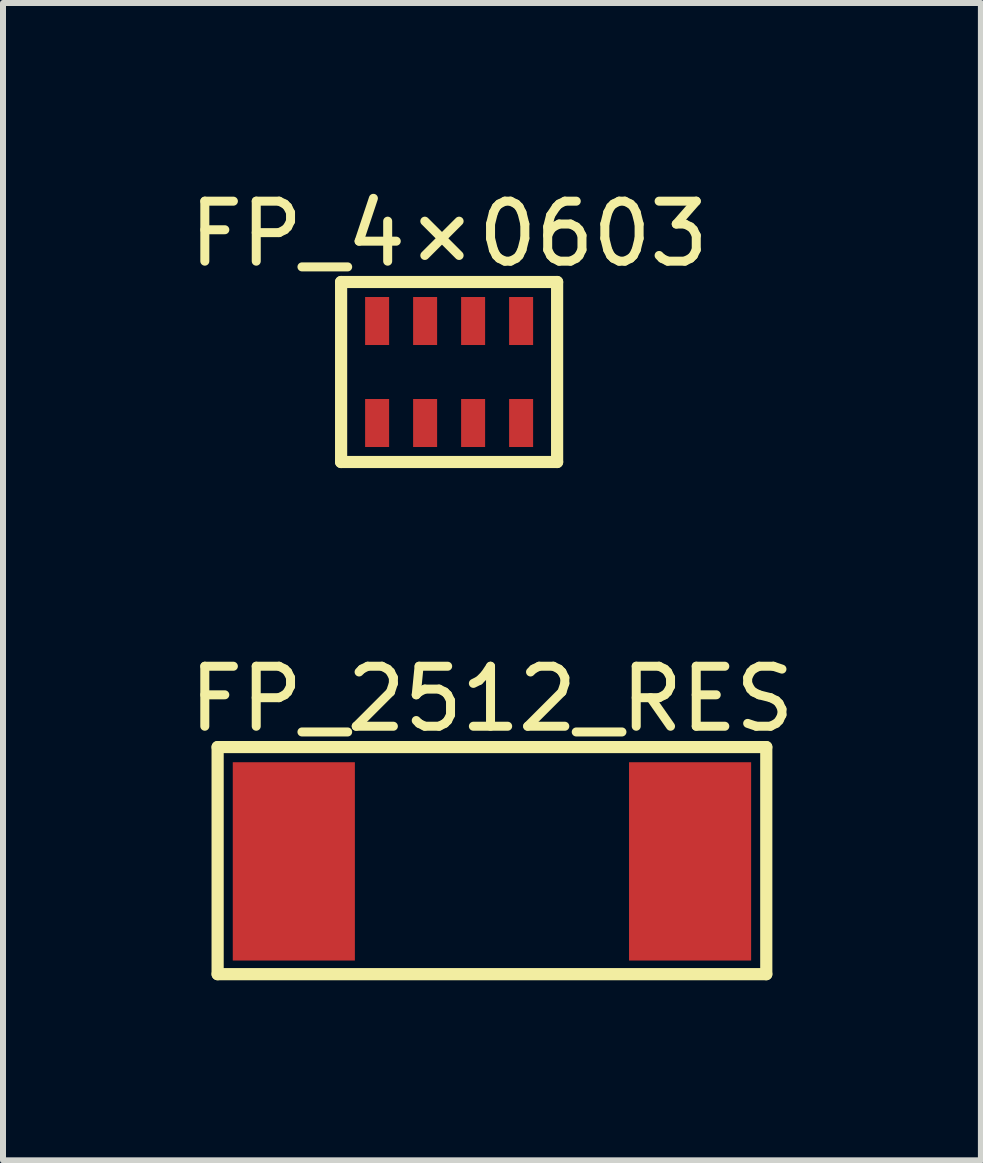
<source format=kicad_pcb>
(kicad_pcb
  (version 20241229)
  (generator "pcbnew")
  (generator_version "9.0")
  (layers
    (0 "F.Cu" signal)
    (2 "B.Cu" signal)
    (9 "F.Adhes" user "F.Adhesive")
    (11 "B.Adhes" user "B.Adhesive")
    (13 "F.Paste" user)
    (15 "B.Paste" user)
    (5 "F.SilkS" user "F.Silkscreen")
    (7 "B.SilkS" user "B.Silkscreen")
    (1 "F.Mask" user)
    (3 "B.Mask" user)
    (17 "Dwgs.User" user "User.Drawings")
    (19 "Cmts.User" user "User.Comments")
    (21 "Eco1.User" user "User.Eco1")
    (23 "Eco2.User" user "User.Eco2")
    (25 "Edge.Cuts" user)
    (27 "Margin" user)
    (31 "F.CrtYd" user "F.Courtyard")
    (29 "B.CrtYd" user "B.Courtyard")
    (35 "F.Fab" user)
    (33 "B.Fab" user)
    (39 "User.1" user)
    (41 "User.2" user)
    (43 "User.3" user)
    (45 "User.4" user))
  (footprint "FP_4×0603"
    (layer "F.Cu")
    (at 4.435 3.15)
    (property "Reference" "FP_4×0603" (at 0 -2.302 0) (layer "F.SilkS") (effects (font (size 1 1) (thickness 0.15))))
    (fp_line (start -1.8 -1.5) (end 1.8 -1.5) (stroke (width 0.203) (type solid)) (layer "F.SilkS"))
    (fp_line (start -1.8 1.5) (end -1.8 -1.5) (stroke (width 0.203) (type solid)) (layer "F.SilkS"))
    (fp_line (start -1.8 1.5) (end 1.8 1.5) (stroke (width 0.203) (type solid)) (layer "F.SilkS"))
    (fp_line (start 1.8 1.5) (end 1.8 -1.5) (stroke (width 0.203) (type solid)) (layer "F.SilkS"))
    (pad "1" smd rect (at -1.2 0.85) (size 0.4 0.8) (layers "F.Cu" "F.Mask" "F.Paste"))
    (pad "2" smd rect (at -0.4 0.85) (size 0.4 0.8) (layers "F.Cu" "F.Mask" "F.Paste"))
    (pad "3" smd rect (at 0.4 0.85) (size 0.4 0.8) (layers "F.Cu" "F.Mask" "F.Paste"))
    (pad "4" smd rect (at 1.2 0.85) (size 0.4 0.8) (layers "F.Cu" "F.Mask" "F.Paste"))
    (pad "5" smd rect (at 1.2 -0.85) (size 0.4 0.8) (layers "F.Cu" "F.Mask" "F.Paste"))
    (pad "6" smd rect (at 0.4 -0.85) (size 0.4 0.8) (layers "F.Cu" "F.Mask" "F.Paste"))
    (pad "7" smd rect (at -0.4 -0.85) (size 0.4 0.8) (layers "F.Cu" "F.Mask" "F.Paste"))
    (pad "8" smd rect (at -1.2 -0.85) (size 0.4 0.8) (layers "F.Cu" "F.Mask" "F.Paste")))
  (footprint "FP_2512_RES"
    (layer "F.Cu")
    (at 5.149 11.306)
    (property "Reference" "FP_2512_RES" (at 0 -2.707 0) (layer "F.SilkS") (effects (font (size 1 1) (thickness 0.15))))
    (fp_line (start -4.572 -1.905) (end 4.572 -1.905) (stroke (width 0.203) (type solid)) (layer "F.SilkS"))
    (fp_line (start -4.572 1.88) (end -4.572 -1.905) (stroke (width 0.203) (type solid)) (layer "F.SilkS"))
    (fp_line (start -4.572 1.88) (end 4.572 1.88) (stroke (width 0.203) (type solid)) (layer "F.SilkS"))
    (fp_line (start 4.572 1.88) (end 4.572 -1.905) (stroke (width 0.203) (type solid)) (layer "F.SilkS"))
    (pad "1" smd rect (at -3.302 0 180) (size 2.035 3.305) (layers "F.Cu" "F.Mask" "F.Paste"))
    (pad "2" smd rect (at 3.302 0 180) (size 2.035 3.305) (layers "F.Cu" "F.Mask" "F.Paste")))
  (gr_rect
    (start -3 -3)
    (end 13.298 16.288)
    (stroke (width 0.1) (type default))
    (fill no)
    (layer "Edge.Cuts")))
</source>
